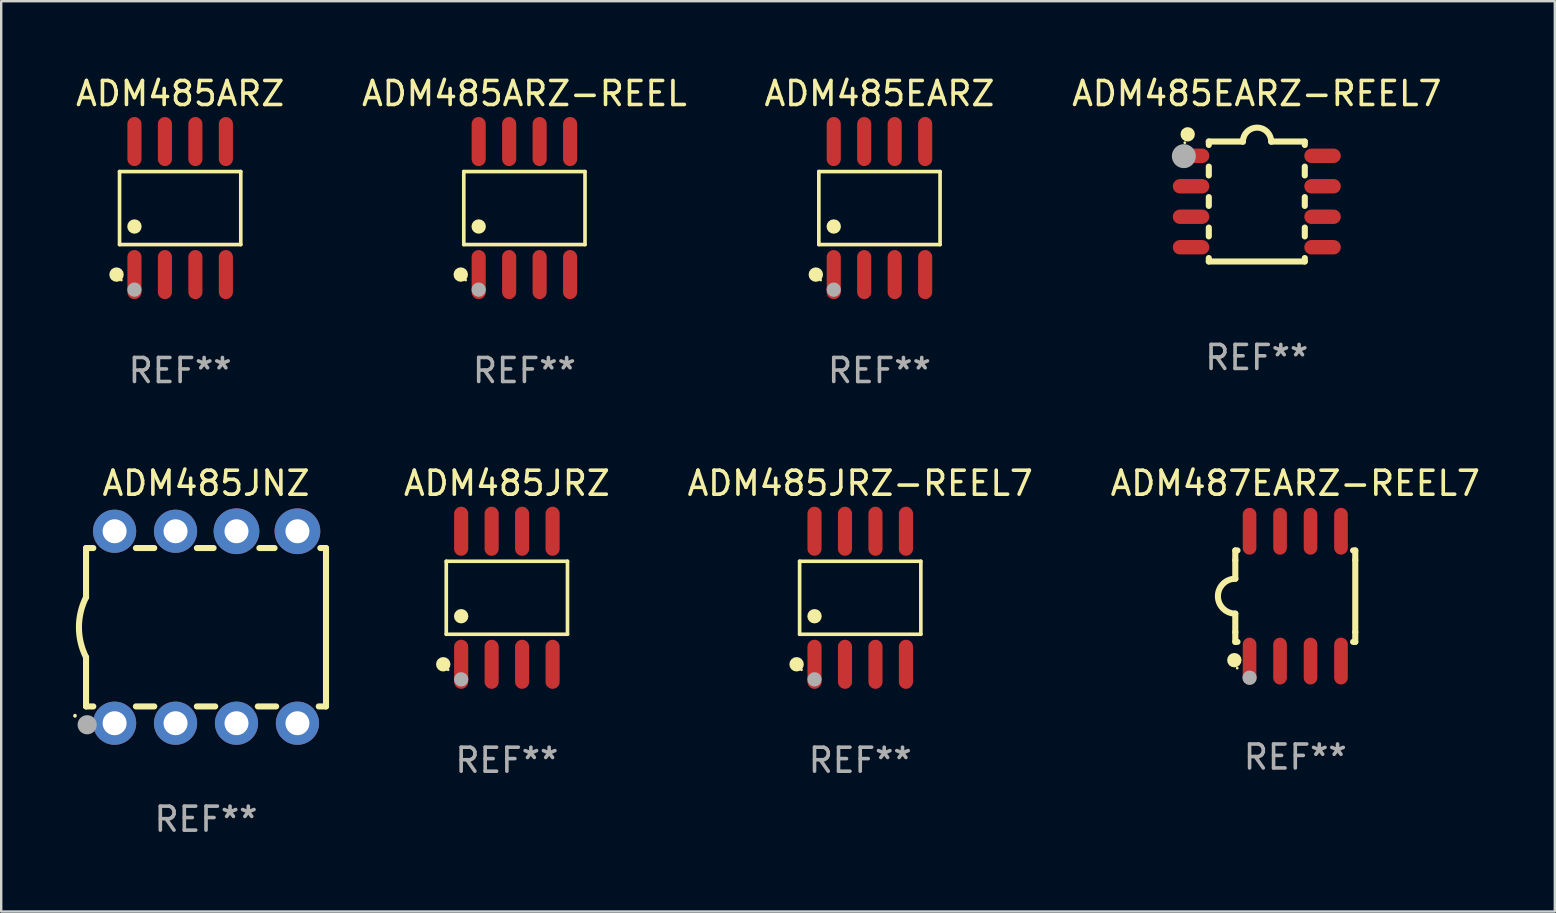
<source format=kicad_pcb>
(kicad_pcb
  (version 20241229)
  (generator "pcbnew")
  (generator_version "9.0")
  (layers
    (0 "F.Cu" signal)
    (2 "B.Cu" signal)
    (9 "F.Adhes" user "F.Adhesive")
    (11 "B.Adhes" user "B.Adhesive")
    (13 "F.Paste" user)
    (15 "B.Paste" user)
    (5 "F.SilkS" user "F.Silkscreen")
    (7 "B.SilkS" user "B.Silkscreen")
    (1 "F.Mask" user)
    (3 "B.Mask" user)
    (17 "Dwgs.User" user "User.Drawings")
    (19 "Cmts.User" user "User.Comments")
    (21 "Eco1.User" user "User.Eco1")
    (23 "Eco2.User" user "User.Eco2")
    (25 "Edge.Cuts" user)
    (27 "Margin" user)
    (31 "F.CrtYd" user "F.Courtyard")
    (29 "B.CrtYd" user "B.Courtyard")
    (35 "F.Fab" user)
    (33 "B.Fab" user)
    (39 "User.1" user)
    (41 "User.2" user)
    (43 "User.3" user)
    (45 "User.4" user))
  (footprint "ADM485JRZ"
    (layer "F.Cu")
    (at 18.074 21.862)
    (property "Reference" "ADM485JRZ" (at 0 -4.772 0) (layer "F.SilkS") (effects (font (size 1 1) (thickness 0.15))))
    (attr through_hole)
    (fp_line (start -2.526 -1.521) (end 2.526 -1.521) (stroke (width 0.152) (type solid)) (layer "F.SilkS"))
    (fp_line (start -2.526 1.521) (end -2.526 -1.521) (stroke (width 0.152) (type solid)) (layer "F.SilkS"))
    (fp_line (start 2.526 -1.521) (end 2.526 1.521) (stroke (width 0.152) (type solid)) (layer "F.SilkS"))
    (fp_line (start 2.526 1.521) (end -2.526 1.521) (stroke (width 0.152) (type solid)) (layer "F.SilkS"))
    (fp_circle (center -2.652 2.772) (end -2.501 2.772) (stroke (width 0.3) (type solid)) (fill no) (layer "F.SilkS"))
    (fp_circle (center -2.45 3) (end -2.42 3) (stroke (width 0.06) (type solid)) (fill no) (layer "F.SilkS"))
    (fp_circle (center -1.905 0.769) (end -1.755 0.769) (stroke (width 0.3) (type solid)) (fill no) (layer "F.SilkS"))
    (fp_circle (center -1.905 3.4) (end -1.755 3.4) (stroke (width 0.3) (type solid)) (fill no) (layer "F.Fab"))
    (fp_text user "REF**" (at 0 6.772 0) (layer "F.Fab") (effects (font (size 1 1) (thickness 0.15))))
    (pad "1" smd oval (at -1.905 2.772) (size 0.588 2.045) (layers "F.Cu" "F.Mask" "F.Paste"))
    (pad "2" smd oval (at -0.635 2.772) (size 0.588 2.045) (layers "F.Cu" "F.Mask" "F.Paste"))
    (pad "3" smd oval (at 0.635 2.772) (size 0.588 2.045) (layers "F.Cu" "F.Mask" "F.Paste"))
    (pad "4" smd oval (at 1.905 2.772) (size 0.588 2.045) (layers "F.Cu" "F.Mask" "F.Paste"))
    (pad "5" smd oval (at 1.905 -2.772) (size 0.588 2.045) (layers "F.Cu" "F.Mask" "F.Paste"))
    (pad "6" smd oval (at 0.635 -2.772) (size 0.588 2.045) (layers "F.Cu" "F.Mask" "F.Paste"))
    (pad "7" smd oval (at -0.635 -2.772) (size 0.588 2.045) (layers "F.Cu" "F.Mask" "F.Paste"))
    (pad "8" smd oval (at -1.905 -2.772) (size 0.588 2.045) (layers "F.Cu" "F.Mask" "F.Paste")))
  (footprint "ADM485JRZ-REEL7"
    (layer "F.Cu")
    (at 32.8 21.862)
    (property "Reference" "ADM485JRZ-REEL7" (at 0 -4.772 0) (layer "F.SilkS") (effects (font (size 1 1) (thickness 0.15))))
    (attr through_hole)
    (fp_line (start -2.526 -1.521) (end 2.526 -1.521) (stroke (width 0.152) (type solid)) (layer "F.SilkS"))
    (fp_line (start -2.526 1.521) (end -2.526 -1.521) (stroke (width 0.152) (type solid)) (layer "F.SilkS"))
    (fp_line (start 2.526 -1.521) (end 2.526 1.521) (stroke (width 0.152) (type solid)) (layer "F.SilkS"))
    (fp_line (start 2.526 1.521) (end -2.526 1.521) (stroke (width 0.152) (type solid)) (layer "F.SilkS"))
    (fp_circle (center -2.652 2.772) (end -2.501 2.772) (stroke (width 0.3) (type solid)) (fill no) (layer "F.SilkS"))
    (fp_circle (center -2.45 3) (end -2.42 3) (stroke (width 0.06) (type solid)) (fill no) (layer "F.SilkS"))
    (fp_circle (center -1.905 0.769) (end -1.755 0.769) (stroke (width 0.3) (type solid)) (fill no) (layer "F.SilkS"))
    (fp_circle (center -1.905 3.4) (end -1.755 3.4) (stroke (width 0.3) (type solid)) (fill no) (layer "F.Fab"))
    (fp_text user "REF**" (at 0 6.772 0) (layer "F.Fab") (effects (font (size 1 1) (thickness 0.15))))
    (pad "1" smd oval (at -1.905 2.772) (size 0.588 2.045) (layers "F.Cu" "F.Mask" "F.Paste"))
    (pad "2" smd oval (at -0.635 2.772) (size 0.588 2.045) (layers "F.Cu" "F.Mask" "F.Paste"))
    (pad "3" smd oval (at 0.635 2.772) (size 0.588 2.045) (layers "F.Cu" "F.Mask" "F.Paste"))
    (pad "4" smd oval (at 1.905 2.772) (size 0.588 2.045) (layers "F.Cu" "F.Mask" "F.Paste"))
    (pad "5" smd oval (at 1.905 -2.772) (size 0.588 2.045) (layers "F.Cu" "F.Mask" "F.Paste"))
    (pad "6" smd oval (at 0.635 -2.772) (size 0.588 2.045) (layers "F.Cu" "F.Mask" "F.Paste"))
    (pad "7" smd oval (at -0.635 -2.772) (size 0.588 2.045) (layers "F.Cu" "F.Mask" "F.Paste"))
    (pad "8" smd oval (at -1.905 -2.772) (size 0.588 2.045) (layers "F.Cu" "F.Mask" "F.Paste")))
  (footprint "ADM485ARZ-REEL"
    (layer "F.Cu")
    (at 18.804 5.621)
    (property "Reference" "ADM485ARZ-REEL" (at 0 -4.772 0) (layer "F.SilkS") (effects (font (size 1 1) (thickness 0.15))))
    (attr through_hole)
    (fp_line (start -2.526 -1.521) (end 2.526 -1.521) (stroke (width 0.152) (type solid)) (layer "F.SilkS"))
    (fp_line (start -2.526 1.521) (end -2.526 -1.521) (stroke (width 0.152) (type solid)) (layer "F.SilkS"))
    (fp_line (start 2.526 -1.521) (end 2.526 1.521) (stroke (width 0.152) (type solid)) (layer "F.SilkS"))
    (fp_line (start 2.526 1.521) (end -2.526 1.521) (stroke (width 0.152) (type solid)) (layer "F.SilkS"))
    (fp_circle (center -2.652 2.772) (end -2.501 2.772) (stroke (width 0.3) (type solid)) (fill no) (layer "F.SilkS"))
    (fp_circle (center -2.45 3) (end -2.42 3) (stroke (width 0.06) (type solid)) (fill no) (layer "F.SilkS"))
    (fp_circle (center -1.905 0.769) (end -1.755 0.769) (stroke (width 0.3) (type solid)) (fill no) (layer "F.SilkS"))
    (fp_circle (center -1.905 3.4) (end -1.755 3.4) (stroke (width 0.3) (type solid)) (fill no) (layer "F.Fab"))
    (fp_text user "REF**" (at 0 6.772 0) (layer "F.Fab") (effects (font (size 1 1) (thickness 0.15))))
    (pad "1" smd oval (at -1.905 2.772) (size 0.588 2.045) (layers "F.Cu" "F.Mask" "F.Paste"))
    (pad "2" smd oval (at -0.635 2.772) (size 0.588 2.045) (layers "F.Cu" "F.Mask" "F.Paste"))
    (pad "3" smd oval (at 0.635 2.772) (size 0.588 2.045) (layers "F.Cu" "F.Mask" "F.Paste"))
    (pad "4" smd oval (at 1.905 2.772) (size 0.588 2.045) (layers "F.Cu" "F.Mask" "F.Paste"))
    (pad "5" smd oval (at 1.905 -2.772) (size 0.588 2.045) (layers "F.Cu" "F.Mask" "F.Paste"))
    (pad "6" smd oval (at 0.635 -2.772) (size 0.588 2.045) (layers "F.Cu" "F.Mask" "F.Paste"))
    (pad "7" smd oval (at -0.635 -2.772) (size 0.588 2.045) (layers "F.Cu" "F.Mask" "F.Paste"))
    (pad "8" smd oval (at -1.905 -2.772) (size 0.588 2.045) (layers "F.Cu" "F.Mask" "F.Paste")))
  (footprint "ADM487EARZ-REEL7"
    (layer "F.Cu")
    (at 50.931 21.795)
    (property "Reference" "ADM487EARZ-REEL7" (at 0 -4.705 0) (layer "F.SilkS") (effects (font (size 1 1) (thickness 0.15))))
    (attr through_hole)
    (fp_line (start -2.5 -1.905) (end -2.409 -1.905) (stroke (width 0.254) (type solid)) (layer "F.SilkS"))
    (fp_line (start -2.5 -1.5) (end -2.5 -1.905) (stroke (width 0.254) (type solid)) (layer "F.SilkS"))
    (fp_line (start -2.5 -1.5) (end -2.5 -0.726) (stroke (width 0.254) (type solid)) (layer "F.SilkS"))
    (fp_line (start -2.5 1.5) (end -2.5 0.727) (stroke (width 0.254) (type solid)) (layer "F.SilkS"))
    (fp_line (start -2.5 1.5) (end -2.5 1.905) (stroke (width 0.254) (type solid)) (layer "F.SilkS"))
    (fp_line (start -2.5 1.905) (end -2.409 1.905) (stroke (width 0.254) (type solid)) (layer "F.SilkS"))
    (fp_line (start 2.5 -1.905) (end 2.409 -1.905) (stroke (width 0.254) (type solid)) (layer "F.SilkS"))
    (fp_line (start 2.5 -1.5) (end 2.5 -1.905) (stroke (width 0.254) (type solid)) (layer "F.SilkS"))
    (fp_line (start 2.5 -1.5) (end 2.5 1.5) (stroke (width 0.254) (type solid)) (layer "F.SilkS"))
    (fp_line (start 2.5 1.5) (end 2.5 1.905) (stroke (width 0.254) (type solid)) (layer "F.SilkS"))
    (fp_line (start 2.5 1.905) (end 2.409 1.905) (stroke (width 0.254) (type solid)) (layer "F.SilkS"))
    (fp_arc (start -2.5 0.726568) (mid -3.220316 -0.0023) (end -2.495097 -0.726289) (stroke (width 0.254001) (type solid)) (layer "F.SilkS"))
    (fp_circle (center -2.54 2.667) (end -2.39 2.667) (stroke (width 0.3) (type solid)) (fill no) (layer "F.SilkS"))
    (fp_circle (center -2.42 3) (end -2.39 3) (stroke (width 0.06) (type solid)) (fill no) (layer "F.SilkS"))
    (fp_circle (center -1.905 3.4) (end -1.755 3.4) (stroke (width 0.3) (type solid)) (fill no) (layer "F.Fab"))
    (fp_text user "REF**" (at 0 6.705 0) (layer "F.Fab") (effects (font (size 1 1) (thickness 0.15))))
    (pad "1" smd oval (at -1.905 2.705) (size 0.568 1.95) (layers "F.Cu" "F.Mask" "F.Paste"))
    (pad "2" smd oval (at -0.635 2.705) (size 0.568 1.95) (layers "F.Cu" "F.Mask" "F.Paste"))
    (pad "3" smd oval (at 0.635 2.705) (size 0.568 1.95) (layers "F.Cu" "F.Mask" "F.Paste"))
    (pad "4" smd oval (at 1.905 2.705) (size 0.568 1.95) (layers "F.Cu" "F.Mask" "F.Paste"))
    (pad "5" smd oval (at 1.905 -2.705) (size 0.568 1.95) (layers "F.Cu" "F.Mask" "F.Paste"))
    (pad "6" smd oval (at 0.635 -2.705) (size 0.568 1.95) (layers "F.Cu" "F.Mask" "F.Paste"))
    (pad "7" smd oval (at -0.635 -2.705) (size 0.568 1.95) (layers "F.Cu" "F.Mask" "F.Paste"))
    (pad "8" smd oval (at -1.905 -2.705) (size 0.568 1.95) (layers "F.Cu" "F.Mask" "F.Paste")))
  (footprint "ADM485ARZ"
    (layer "F.Cu")
    (at 4.458 5.621)
    (property "Reference" "ADM485ARZ" (at 0 -4.772 0) (layer "F.SilkS") (effects (font (size 1 1) (thickness 0.15))))
    (attr through_hole)
    (fp_line (start -2.526 -1.521) (end 2.526 -1.521) (stroke (width 0.152) (type solid)) (layer "F.SilkS"))
    (fp_line (start -2.526 1.521) (end -2.526 -1.521) (stroke (width 0.152) (type solid)) (layer "F.SilkS"))
    (fp_line (start 2.526 -1.521) (end 2.526 1.521) (stroke (width 0.152) (type solid)) (layer "F.SilkS"))
    (fp_line (start 2.526 1.521) (end -2.526 1.521) (stroke (width 0.152) (type solid)) (layer "F.SilkS"))
    (fp_circle (center -2.652 2.772) (end -2.501 2.772) (stroke (width 0.3) (type solid)) (fill no) (layer "F.SilkS"))
    (fp_circle (center -2.45 3) (end -2.42 3) (stroke (width 0.06) (type solid)) (fill no) (layer "F.SilkS"))
    (fp_circle (center -1.905 0.769) (end -1.755 0.769) (stroke (width 0.3) (type solid)) (fill no) (layer "F.SilkS"))
    (fp_circle (center -1.905 3.4) (end -1.755 3.4) (stroke (width 0.3) (type solid)) (fill no) (layer "F.Fab"))
    (fp_text user "REF**" (at 0 6.772 0) (layer "F.Fab") (effects (font (size 1 1) (thickness 0.15))))
    (pad "1" smd oval (at -1.905 2.772) (size 0.588 2.045) (layers "F.Cu" "F.Mask" "F.Paste"))
    (pad "2" smd oval (at -0.635 2.772) (size 0.588 2.045) (layers "F.Cu" "F.Mask" "F.Paste"))
    (pad "3" smd oval (at 0.635 2.772) (size 0.588 2.045) (layers "F.Cu" "F.Mask" "F.Paste"))
    (pad "4" smd oval (at 1.905 2.772) (size 0.588 2.045) (layers "F.Cu" "F.Mask" "F.Paste"))
    (pad "5" smd oval (at 1.905 -2.772) (size 0.588 2.045) (layers "F.Cu" "F.Mask" "F.Paste"))
    (pad "6" smd oval (at 0.635 -2.772) (size 0.588 2.045) (layers "F.Cu" "F.Mask" "F.Paste"))
    (pad "7" smd oval (at -0.635 -2.772) (size 0.588 2.045) (layers "F.Cu" "F.Mask" "F.Paste"))
    (pad "8" smd oval (at -1.905 -2.772) (size 0.588 2.045) (layers "F.Cu" "F.Mask" "F.Paste")))
  (footprint "ADM485EARZ"
    (layer "F.Cu")
    (at 33.601 5.621)
    (property "Reference" "ADM485EARZ" (at 0 -4.772 0) (layer "F.SilkS") (effects (font (size 1 1) (thickness 0.15))))
    (attr through_hole)
    (fp_line (start -2.526 -1.521) (end 2.526 -1.521) (stroke (width 0.152) (type solid)) (layer "F.SilkS"))
    (fp_line (start -2.526 1.521) (end -2.526 -1.521) (stroke (width 0.152) (type solid)) (layer "F.SilkS"))
    (fp_line (start 2.526 -1.521) (end 2.526 1.521) (stroke (width 0.152) (type solid)) (layer "F.SilkS"))
    (fp_line (start 2.526 1.521) (end -2.526 1.521) (stroke (width 0.152) (type solid)) (layer "F.SilkS"))
    (fp_circle (center -2.652 2.772) (end -2.501 2.772) (stroke (width 0.3) (type solid)) (fill no) (layer "F.SilkS"))
    (fp_circle (center -2.45 3) (end -2.42 3) (stroke (width 0.06) (type solid)) (fill no) (layer "F.SilkS"))
    (fp_circle (center -1.905 0.769) (end -1.755 0.769) (stroke (width 0.3) (type solid)) (fill no) (layer "F.SilkS"))
    (fp_circle (center -1.905 3.4) (end -1.755 3.4) (stroke (width 0.3) (type solid)) (fill no) (layer "F.Fab"))
    (fp_text user "REF**" (at 0 6.772 0) (layer "F.Fab") (effects (font (size 1 1) (thickness 0.15))))
    (pad "1" smd oval (at -1.905 2.772) (size 0.588 2.045) (layers "F.Cu" "F.Mask" "F.Paste"))
    (pad "2" smd oval (at -0.635 2.772) (size 0.588 2.045) (layers "F.Cu" "F.Mask" "F.Paste"))
    (pad "3" smd oval (at 0.635 2.772) (size 0.588 2.045) (layers "F.Cu" "F.Mask" "F.Paste"))
    (pad "4" smd oval (at 1.905 2.772) (size 0.588 2.045) (layers "F.Cu" "F.Mask" "F.Paste"))
    (pad "5" smd oval (at 1.905 -2.772) (size 0.588 2.045) (layers "F.Cu" "F.Mask" "F.Paste"))
    (pad "6" smd oval (at 0.635 -2.772) (size 0.588 2.045) (layers "F.Cu" "F.Mask" "F.Paste"))
    (pad "7" smd oval (at -0.635 -2.772) (size 0.588 2.045) (layers "F.Cu" "F.Mask" "F.Paste"))
    (pad "8" smd oval (at -1.905 -2.772) (size 0.588 2.045) (layers "F.Cu" "F.Mask" "F.Paste")))
  (footprint "ADM485EARZ-REEL7"
    (layer "F.Cu")
    (at 49.327 5.348)
    (property "Reference" "ADM485EARZ-REEL7" (at 0 -4.5 0) (layer "F.SilkS") (effects (font (size 1 1) (thickness 0.15))))
    (attr through_hole)
    (fp_line (start -2 -2.5) (end -2 -2.356) (stroke (width 0.254) (type solid)) (layer "F.SilkS"))
    (fp_line (start -2 -1.454) (end -2 -1.086) (stroke (width 0.254) (type solid)) (layer "F.SilkS"))
    (fp_line (start -2 -0.184) (end -2 0.184) (stroke (width 0.254) (type solid)) (layer "F.SilkS"))
    (fp_line (start -2 1.086) (end -2 1.454) (stroke (width 0.254) (type solid)) (layer "F.SilkS"))
    (fp_line (start -2 2.356) (end -2 2.5) (stroke (width 0.254) (type solid)) (layer "F.SilkS"))
    (fp_line (start -0.58 -2.5) (end -2 -2.5) (stroke (width 0.254) (type solid)) (layer "F.SilkS"))
    (fp_line (start 2 -2.5) (end 0.6 -2.5) (stroke (width 0.254) (type solid)) (layer "F.SilkS"))
    (fp_line (start 2 -2.5) (end 2 -2.356) (stroke (width 0.254) (type solid)) (layer "F.SilkS"))
    (fp_line (start 2 -1.454) (end 2 -1.086) (stroke (width 0.254) (type solid)) (layer "F.SilkS"))
    (fp_line (start 2 -0.184) (end 2 0.184) (stroke (width 0.254) (type solid)) (layer "F.SilkS"))
    (fp_line (start 2 1.086) (end 2 1.454) (stroke (width 0.254) (type solid)) (layer "F.SilkS"))
    (fp_line (start 2 2.356) (end 2 2.5) (stroke (width 0.254) (type solid)) (layer "F.SilkS"))
    (fp_line (start 2 2.5) (end -2 2.5) (stroke (width 0.254) (type solid)) (layer "F.SilkS"))
    (fp_arc (start -0.579908 -2.489992) (mid 0.010097 -3.07831) (end 0.600102 -2.489992) (stroke (width 0.254001) (type solid)) (layer "F.SilkS"))
    (fp_circle (center -3 -2.45) (end -2.97 -2.45) (stroke (width 0.06) (type solid)) (fill no) (layer "F.SilkS"))
    (fp_circle (center -2.88 -2.8) (end -2.73 -2.8) (stroke (width 0.3) (type solid)) (fill no) (layer "F.SilkS"))
    (fp_circle (center -3.04 -1.89) (end -2.79 -1.89) (stroke (width 0.5) (type solid)) (fill no) (layer "F.Fab"))
    (fp_text user "REF**" (at 0 6.5 0) (layer "F.Fab") (effects (font (size 1 1) (thickness 0.15))))
    (pad "1" smd oval (at -2.74 -1.905 90) (size 0.6 1.52) (layers "F.Cu" "F.Mask" "F.Paste"))
    (pad "2" smd oval (at -2.74 -0.635 90) (size 0.6 1.52) (layers "F.Cu" "F.Mask" "F.Paste"))
    (pad "3" smd oval (at -2.74 0.635 90) (size 0.6 1.52) (layers "F.Cu" "F.Mask" "F.Paste"))
    (pad "4" smd oval (at -2.74 1.905 90) (size 0.6 1.52) (layers "F.Cu" "F.Mask" "F.Paste"))
    (pad "5" smd oval (at 2.74 1.905 90) (size 0.6 1.52) (layers "F.Cu" "F.Mask" "F.Paste"))
    (pad "6" smd oval (at 2.74 0.635 90) (size 0.6 1.52) (layers "F.Cu" "F.Mask" "F.Paste"))
    (pad "7" smd oval (at 2.74 -0.635 90) (size 0.6 1.52) (layers "F.Cu" "F.Mask" "F.Paste"))
    (pad "8" smd oval (at 2.74 -1.905 90) (size 0.6 1.52) (layers "F.Cu" "F.Mask" "F.Paste")))
  (footprint "ADM485JNZ"
    (layer "F.Cu")
    (at 5.536 23.09)
    (property "Reference" "ADM485JNZ" (at 0 -6 0) (layer "F.SilkS") (effects (font (size 1 1) (thickness 0.15))))
    (attr through_hole)
    (fp_line (start -5 -3.3) (end -5 -1.25) (stroke (width 0.254) (type solid)) (layer "F.SilkS"))
    (fp_line (start -5 -3.3) (end -4.698 -3.3) (stroke (width 0.254) (type solid)) (layer "F.SilkS"))
    (fp_line (start -5 3.3) (end -5 1.25) (stroke (width 0.254) (type solid)) (layer "F.SilkS"))
    (fp_line (start -5 3.3) (end -4.698 3.3) (stroke (width 0.254) (type solid)) (layer "F.SilkS"))
    (fp_line (start -2.922 -3.3) (end -2.158 -3.3) (stroke (width 0.254) (type solid)) (layer "F.SilkS"))
    (fp_line (start -2.922 3.3) (end -2.158 3.3) (stroke (width 0.254) (type solid)) (layer "F.SilkS"))
    (fp_line (start -0.382 -3.3) (end 0.316 -3.3) (stroke (width 0.254) (type solid)) (layer "F.SilkS"))
    (fp_line (start -0.382 3.3) (end 0.382 3.3) (stroke (width 0.254) (type solid)) (layer "F.SilkS"))
    (fp_line (start 2.158 3.3) (end 2.922 3.3) (stroke (width 0.254) (type solid)) (layer "F.SilkS"))
    (fp_line (start 2.224 -3.3) (end 2.856 -3.3) (stroke (width 0.254) (type solid)) (layer "F.SilkS"))
    (fp_line (start 4.698 3.3) (end 5 3.3) (stroke (width 0.254) (type solid)) (layer "F.SilkS"))
    (fp_line (start 4.764 -3.3) (end 5 -3.3) (stroke (width 0.254) (type solid)) (layer "F.SilkS"))
    (fp_line (start 5 -3.3) (end 5 3.3) (stroke (width 0.254) (type solid)) (layer "F.SilkS"))
    (fp_arc (start -5.46124 3.694259) (mid -5.461175 3.688632) (end -5.460986 3.683007) (stroke (width 0.149987) (type solid)) (layer "F.SilkS"))
    (fp_arc (start -5.00127 1.249682) (mid -5.295892 -0.000313) (end -5.000025 -1.250013) (stroke (width 0.254001) (type solid)) (layer "F.SilkS"))
    (fp_circle (center -4.795 4.237) (end -4.765 4.237) (stroke (width 0.06) (type solid)) (fill no) (layer "F.SilkS"))
    (fp_circle (center -4.953 4.064) (end -4.753 4.064) (stroke (width 0.4) (type solid)) (fill no) (layer "F.Fab"))
    (fp_text user "REF**" (at 0 8 0) (layer "F.Fab") (effects (font (size 1 1) (thickness 0.15))))
    (pad "1" thru_hole circle (at -3.81 4) (size 1.8 1.8) (drill 1) (layers "*.Cu" "*.Mask"))
    (pad "2" thru_hole circle (at -1.27 4) (size 1.8 1.8) (drill 1) (layers "*.Cu" "*.Mask"))
    (pad "3" thru_hole circle (at 1.27 4) (size 1.8 1.8) (drill 1) (layers "*.Cu" "*.Mask"))
    (pad "4" thru_hole circle (at 3.81 4) (size 1.8 1.8) (drill 1) (layers "*.Cu" "*.Mask"))
    (pad "5" thru_hole circle (at 3.81 -4) (size 1.905 1.905) (drill 1) (layers "*.Cu" "*.Mask"))
    (pad "6" thru_hole circle (at 1.27 -4) (size 1.905 1.905) (drill 1) (layers "*.Cu" "*.Mask"))
    (pad "7" thru_hole circle (at -1.27 -4) (size 1.8 1.8) (drill 1) (layers "*.Cu" "*.Mask"))
    (pad "8" thru_hole circle (at -3.81 -4) (size 1.8 1.8) (drill 1) (layers "*.Cu" "*.Mask")))
  (gr_rect
    (start -3 -3)
    (end 61.747 34.938)
    (stroke (width 0.1) (type default))
    (fill no)
    (layer "Edge.Cuts")))
</source>
